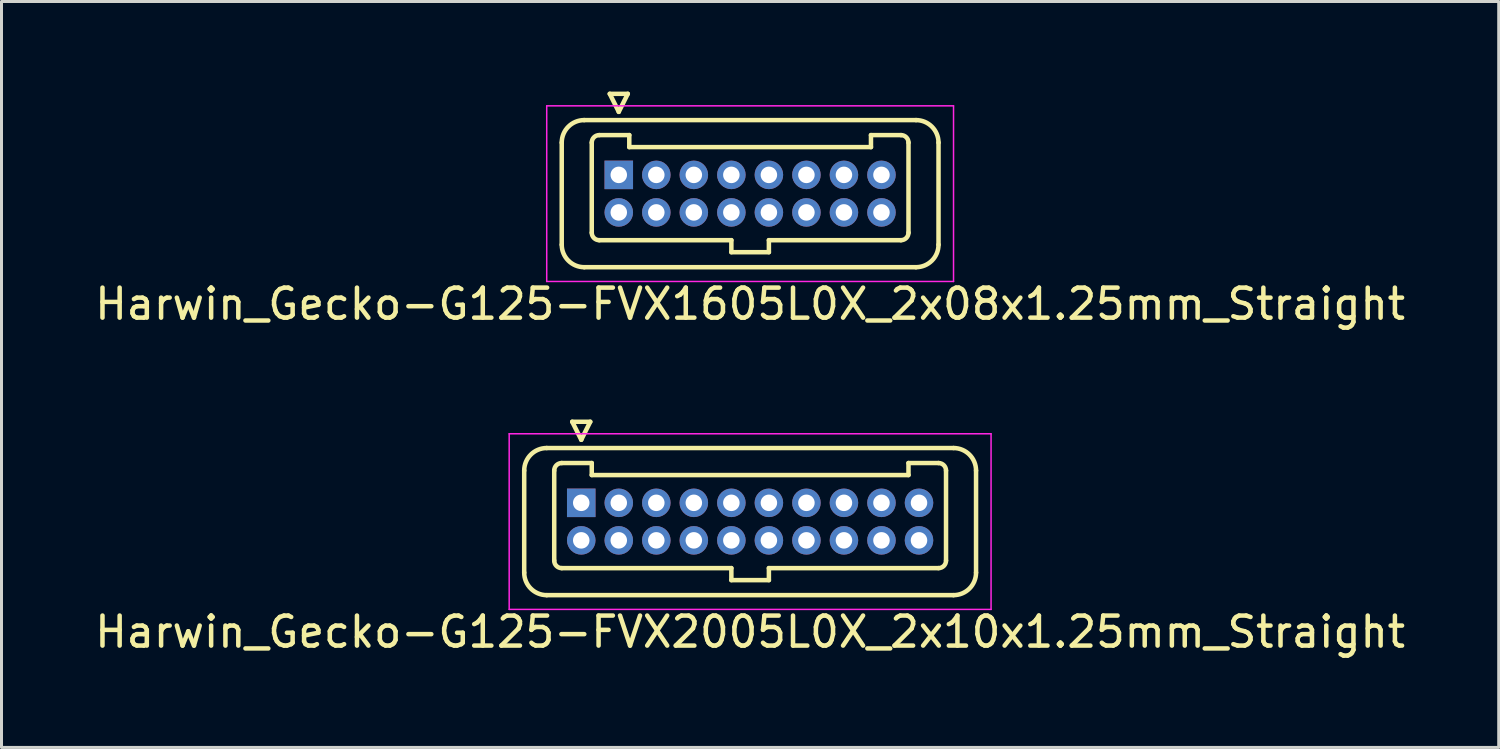
<source format=kicad_pcb>
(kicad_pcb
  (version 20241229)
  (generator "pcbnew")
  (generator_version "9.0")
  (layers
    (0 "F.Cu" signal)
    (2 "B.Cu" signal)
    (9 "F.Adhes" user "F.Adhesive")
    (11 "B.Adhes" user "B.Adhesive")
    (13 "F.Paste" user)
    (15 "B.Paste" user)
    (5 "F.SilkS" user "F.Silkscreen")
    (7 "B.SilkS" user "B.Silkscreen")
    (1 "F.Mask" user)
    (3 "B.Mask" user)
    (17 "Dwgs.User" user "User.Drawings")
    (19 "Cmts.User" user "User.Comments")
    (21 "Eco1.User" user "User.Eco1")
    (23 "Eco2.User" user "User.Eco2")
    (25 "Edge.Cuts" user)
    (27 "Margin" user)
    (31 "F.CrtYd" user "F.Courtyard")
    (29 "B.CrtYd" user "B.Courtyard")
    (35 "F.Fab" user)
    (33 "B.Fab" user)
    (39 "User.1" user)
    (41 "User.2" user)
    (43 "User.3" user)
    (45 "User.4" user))
  (footprint "Harwin_Gecko-G125-FVX2005L0X_2x10x1.25mm_Straight"
    (layer "F.Cu")
    (at 16.31 13.698)
    (property "Reference" "Harwin_Gecko-G125-FVX2005L0X_2x10x1.25mm_Straight" (at 5.625 4.3 0) (layer "F.SilkS") (effects (font (size 1 1) (thickness 0.15))))
    (attr through_hole)
    (fp_line (start -1.9 -1.075) (end -1.9 2.325) (stroke (width 0.15) (type solid)) (layer "F.SilkS"))
    (fp_line (start -1.15 -1.825) (end 12.4 -1.825) (stroke (width 0.15) (type solid)) (layer "F.SilkS"))
    (fp_line (start -1.15 3.075) (end 12.4 3.075) (stroke (width 0.15) (type solid)) (layer "F.SilkS"))
    (fp_line (start -0.9 -1.075) (end -0.9 1.925) (stroke (width 0.15) (type solid)) (layer "F.SilkS"))
    (fp_line (start -0.65 -1.325) (end 0.35 -1.325) (stroke (width 0.15) (type solid)) (layer "F.SilkS"))
    (fp_line (start -0.65 2.175) (end 5 2.175) (stroke (width 0.15) (type solid)) (layer "F.SilkS"))
    (fp_line (start -0.3 -2.7) (end 0.3 -2.7) (stroke (width 0.15) (type solid)) (layer "F.SilkS"))
    (fp_line (start 0 -2.1) (end -0.3 -2.7) (stroke (width 0.15) (type solid)) (layer "F.SilkS"))
    (fp_line (start 0.3 -2.7) (end 0 -2.1) (stroke (width 0.15) (type solid)) (layer "F.SilkS"))
    (fp_line (start 0.35 -1.325) (end 0.35 -0.925) (stroke (width 0.15) (type solid)) (layer "F.SilkS"))
    (fp_line (start 0.35 -0.925) (end 10.9 -0.925) (stroke (width 0.15) (type solid)) (layer "F.SilkS"))
    (fp_line (start 5 2.175) (end 5 2.575) (stroke (width 0.15) (type solid)) (layer "F.SilkS"))
    (fp_line (start 5 2.575) (end 6.25 2.575) (stroke (width 0.15) (type solid)) (layer "F.SilkS"))
    (fp_line (start 6.25 2.175) (end 11.9 2.175) (stroke (width 0.15) (type solid)) (layer "F.SilkS"))
    (fp_line (start 6.25 2.575) (end 6.25 2.175) (stroke (width 0.15) (type solid)) (layer "F.SilkS"))
    (fp_line (start 10.9 -1.325) (end 11.9 -1.325) (stroke (width 0.15) (type solid)) (layer "F.SilkS"))
    (fp_line (start 10.9 -0.925) (end 10.9 -1.325) (stroke (width 0.15) (type solid)) (layer "F.SilkS"))
    (fp_line (start 12.15 -1.075) (end 12.15 1.925) (stroke (width 0.15) (type solid)) (layer "F.SilkS"))
    (fp_line (start 13.15 -1.075) (end 13.15 2.325) (stroke (width 0.15) (type solid)) (layer "F.SilkS"))
    (fp_arc (start -1.9 -1.075) (mid -1.68033 -1.60533) (end -1.15 -1.825) (stroke (width 0.15) (type solid)) (layer "F.SilkS"))
    (fp_arc (start -1.15 3.075) (mid -1.68033 2.85533) (end -1.9 2.325) (stroke (width 0.15) (type solid)) (layer "F.SilkS"))
    (fp_arc (start -0.9 -1.075) (mid -0.826777 -1.251777) (end -0.65 -1.325) (stroke (width 0.15) (type solid)) (layer "F.SilkS"))
    (fp_arc (start -0.65 2.175) (mid -0.826777 2.101777) (end -0.9 1.925) (stroke (width 0.15) (type solid)) (layer "F.SilkS"))
    (fp_arc (start 11.9 -1.325) (mid 12.076777 -1.251777) (end 12.15 -1.075) (stroke (width 0.15) (type solid)) (layer "F.SilkS"))
    (fp_arc (start 12.15 1.925) (mid 12.076777 2.101777) (end 11.9 2.175) (stroke (width 0.15) (type solid)) (layer "F.SilkS"))
    (fp_arc (start 12.4 -1.825) (mid 12.93033 -1.60533) (end 13.15 -1.075) (stroke (width 0.15) (type solid)) (layer "F.SilkS"))
    (fp_arc (start 13.15 2.325) (mid 12.93033 2.85533) (end 12.4 3.075) (stroke (width 0.15) (type solid)) (layer "F.SilkS"))
    (fp_line (start -2.4 -2.3) (end -2.4 3.55) (stroke (width 0.05) (type solid)) (layer "F.CrtYd"))
    (fp_line (start -2.4 3.55) (end 13.65 3.55) (stroke (width 0.05) (type solid)) (layer "F.CrtYd"))
    (fp_line (start 13.65 -2.3) (end -2.4 -2.3) (stroke (width 0.05) (type solid)) (layer "F.CrtYd"))
    (fp_line (start 13.65 3.55) (end 13.65 -2.3) (stroke (width 0.05) (type solid)) (layer "F.CrtYd"))
    (pad "1" thru_hole rect (at 0 0) (size 0.95 0.95) (drill 0.55) (layers "*.Cu" "*.Mask"))
    (pad "2" thru_hole circle (at 0 1.25) (size 0.95 0.95) (drill 0.55) (layers "*.Cu" "*.Mask"))
    (pad "3" thru_hole circle (at 1.25 0) (size 0.95 0.95) (drill 0.55) (layers "*.Cu" "*.Mask"))
    (pad "4" thru_hole circle (at 1.25 1.25) (size 0.95 0.95) (drill 0.55) (layers "*.Cu" "*.Mask"))
    (pad "5" thru_hole circle (at 2.5 0) (size 0.95 0.95) (drill 0.55) (layers "*.Cu" "*.Mask"))
    (pad "6" thru_hole circle (at 2.5 1.25) (size 0.95 0.95) (drill 0.55) (layers "*.Cu" "*.Mask"))
    (pad "7" thru_hole circle (at 3.75 0) (size 0.95 0.95) (drill 0.55) (layers "*.Cu" "*.Mask"))
    (pad "8" thru_hole circle (at 3.75 1.25) (size 0.95 0.95) (drill 0.55) (layers "*.Cu" "*.Mask"))
    (pad "9" thru_hole circle (at 5 0) (size 0.95 0.95) (drill 0.55) (layers "*.Cu" "*.Mask"))
    (pad "10" thru_hole circle (at 5 1.25) (size 0.95 0.95) (drill 0.55) (layers "*.Cu" "*.Mask"))
    (pad "11" thru_hole circle (at 6.25 0) (size 0.95 0.95) (drill 0.55) (layers "*.Cu" "*.Mask"))
    (pad "12" thru_hole circle (at 6.25 1.25) (size 0.95 0.95) (drill 0.55) (layers "*.Cu" "*.Mask"))
    (pad "13" thru_hole circle (at 7.5 0) (size 0.95 0.95) (drill 0.55) (layers "*.Cu" "*.Mask"))
    (pad "14" thru_hole circle (at 7.5 1.25) (size 0.95 0.95) (drill 0.55) (layers "*.Cu" "*.Mask"))
    (pad "15" thru_hole circle (at 8.75 0) (size 0.95 0.95) (drill 0.55) (layers "*.Cu" "*.Mask"))
    (pad "16" thru_hole circle (at 8.75 1.25) (size 0.95 0.95) (drill 0.55) (layers "*.Cu" "*.Mask"))
    (pad "17" thru_hole circle (at 10 0) (size 0.95 0.95) (drill 0.55) (layers "*.Cu" "*.Mask"))
    (pad "18" thru_hole circle (at 10 1.25) (size 0.95 0.95) (drill 0.55) (layers "*.Cu" "*.Mask"))
    (pad "19" thru_hole circle (at 11.25 0) (size 0.95 0.95) (drill 0.55) (layers "*.Cu" "*.Mask"))
    (pad "20" thru_hole circle (at 11.25 1.25) (size 0.95 0.95) (drill 0.55) (layers "*.Cu" "*.Mask")))
  (footprint "Harwin_Gecko-G125-FVX1605L0X_2x08x1.25mm_Straight"
    (layer "F.Cu")
    (at 17.56 2.775)
    (property "Reference" "Harwin_Gecko-G125-FVX1605L0X_2x08x1.25mm_Straight" (at 4.375 4.3 0) (layer "F.SilkS") (effects (font (size 1 1) (thickness 0.15))))
    (attr through_hole)
    (fp_line (start -1.9 -1.075) (end -1.9 2.325) (stroke (width 0.15) (type solid)) (layer "F.SilkS"))
    (fp_line (start -1.15 -1.825) (end 9.9 -1.825) (stroke (width 0.15) (type solid)) (layer "F.SilkS"))
    (fp_line (start -1.15 3.075) (end 9.9 3.075) (stroke (width 0.15) (type solid)) (layer "F.SilkS"))
    (fp_line (start -0.9 -1.075) (end -0.9 1.925) (stroke (width 0.15) (type solid)) (layer "F.SilkS"))
    (fp_line (start -0.65 -1.325) (end 0.35 -1.325) (stroke (width 0.15) (type solid)) (layer "F.SilkS"))
    (fp_line (start -0.65 2.175) (end 3.75 2.175) (stroke (width 0.15) (type solid)) (layer "F.SilkS"))
    (fp_line (start -0.3 -2.7) (end 0.3 -2.7) (stroke (width 0.15) (type solid)) (layer "F.SilkS"))
    (fp_line (start 0 -2.1) (end -0.3 -2.7) (stroke (width 0.15) (type solid)) (layer "F.SilkS"))
    (fp_line (start 0.3 -2.7) (end 0 -2.1) (stroke (width 0.15) (type solid)) (layer "F.SilkS"))
    (fp_line (start 0.35 -1.325) (end 0.35 -0.925) (stroke (width 0.15) (type solid)) (layer "F.SilkS"))
    (fp_line (start 0.35 -0.925) (end 8.4 -0.925) (stroke (width 0.15) (type solid)) (layer "F.SilkS"))
    (fp_line (start 3.75 2.175) (end 3.75 2.575) (stroke (width 0.15) (type solid)) (layer "F.SilkS"))
    (fp_line (start 3.75 2.575) (end 5 2.575) (stroke (width 0.15) (type solid)) (layer "F.SilkS"))
    (fp_line (start 5 2.175) (end 9.4 2.175) (stroke (width 0.15) (type solid)) (layer "F.SilkS"))
    (fp_line (start 5 2.575) (end 5 2.175) (stroke (width 0.15) (type solid)) (layer "F.SilkS"))
    (fp_line (start 8.4 -1.325) (end 9.4 -1.325) (stroke (width 0.15) (type solid)) (layer "F.SilkS"))
    (fp_line (start 8.4 -0.925) (end 8.4 -1.325) (stroke (width 0.15) (type solid)) (layer "F.SilkS"))
    (fp_line (start 9.65 -1.075) (end 9.65 1.925) (stroke (width 0.15) (type solid)) (layer "F.SilkS"))
    (fp_line (start 10.65 -1.075) (end 10.65 2.325) (stroke (width 0.15) (type solid)) (layer "F.SilkS"))
    (fp_arc (start -1.9 -1.075) (mid -1.68033 -1.60533) (end -1.15 -1.825) (stroke (width 0.15) (type solid)) (layer "F.SilkS"))
    (fp_arc (start -1.15 3.075) (mid -1.68033 2.85533) (end -1.9 2.325) (stroke (width 0.15) (type solid)) (layer "F.SilkS"))
    (fp_arc (start -0.9 -1.075) (mid -0.826777 -1.251777) (end -0.65 -1.325) (stroke (width 0.15) (type solid)) (layer "F.SilkS"))
    (fp_arc (start -0.65 2.175) (mid -0.826777 2.101777) (end -0.9 1.925) (stroke (width 0.15) (type solid)) (layer "F.SilkS"))
    (fp_arc (start 9.4 -1.325) (mid 9.576777 -1.251777) (end 9.65 -1.075) (stroke (width 0.15) (type solid)) (layer "F.SilkS"))
    (fp_arc (start 9.65 1.925) (mid 9.576777 2.101777) (end 9.4 2.175) (stroke (width 0.15) (type solid)) (layer "F.SilkS"))
    (fp_arc (start 9.9 -1.825) (mid 10.43033 -1.60533) (end 10.65 -1.075) (stroke (width 0.15) (type solid)) (layer "F.SilkS"))
    (fp_arc (start 10.65 2.325) (mid 10.43033 2.85533) (end 9.9 3.075) (stroke (width 0.15) (type solid)) (layer "F.SilkS"))
    (fp_line (start -2.4 -2.3) (end -2.4 3.55) (stroke (width 0.05) (type solid)) (layer "F.CrtYd"))
    (fp_line (start -2.4 3.55) (end 11.15 3.55) (stroke (width 0.05) (type solid)) (layer "F.CrtYd"))
    (fp_line (start 11.15 -2.3) (end -2.4 -2.3) (stroke (width 0.05) (type solid)) (layer "F.CrtYd"))
    (fp_line (start 11.15 3.55) (end 11.15 -2.3) (stroke (width 0.05) (type solid)) (layer "F.CrtYd"))
    (pad "1" thru_hole rect (at 0 0) (size 0.95 0.95) (drill 0.55) (layers "*.Cu" "*.Mask"))
    (pad "2" thru_hole circle (at 0 1.25) (size 0.95 0.95) (drill 0.55) (layers "*.Cu" "*.Mask"))
    (pad "3" thru_hole circle (at 1.25 0) (size 0.95 0.95) (drill 0.55) (layers "*.Cu" "*.Mask"))
    (pad "4" thru_hole circle (at 1.25 1.25) (size 0.95 0.95) (drill 0.55) (layers "*.Cu" "*.Mask"))
    (pad "5" thru_hole circle (at 2.5 0) (size 0.95 0.95) (drill 0.55) (layers "*.Cu" "*.Mask"))
    (pad "6" thru_hole circle (at 2.5 1.25) (size 0.95 0.95) (drill 0.55) (layers "*.Cu" "*.Mask"))
    (pad "7" thru_hole circle (at 3.75 0) (size 0.95 0.95) (drill 0.55) (layers "*.Cu" "*.Mask"))
    (pad "8" thru_hole circle (at 3.75 1.25) (size 0.95 0.95) (drill 0.55) (layers "*.Cu" "*.Mask"))
    (pad "9" thru_hole circle (at 5 0) (size 0.95 0.95) (drill 0.55) (layers "*.Cu" "*.Mask"))
    (pad "10" thru_hole circle (at 5 1.25) (size 0.95 0.95) (drill 0.55) (layers "*.Cu" "*.Mask"))
    (pad "11" thru_hole circle (at 6.25 0) (size 0.95 0.95) (drill 0.55) (layers "*.Cu" "*.Mask"))
    (pad "12" thru_hole circle (at 6.25 1.25) (size 0.95 0.95) (drill 0.55) (layers "*.Cu" "*.Mask"))
    (pad "13" thru_hole circle (at 7.5 0) (size 0.95 0.95) (drill 0.55) (layers "*.Cu" "*.Mask"))
    (pad "14" thru_hole circle (at 7.5 1.25) (size 0.95 0.95) (drill 0.55) (layers "*.Cu" "*.Mask"))
    (pad "15" thru_hole circle (at 8.75 0) (size 0.95 0.95) (drill 0.55) (layers "*.Cu" "*.Mask"))
    (pad "16" thru_hole circle (at 8.75 1.25) (size 0.95 0.95) (drill 0.55) (layers "*.Cu" "*.Mask")))
  (gr_rect
    (start -3 -3)
    (end 46.869 21.846)
    (stroke (width 0.1) (type default))
    (fill no)
    (layer "Edge.Cuts")))
</source>
